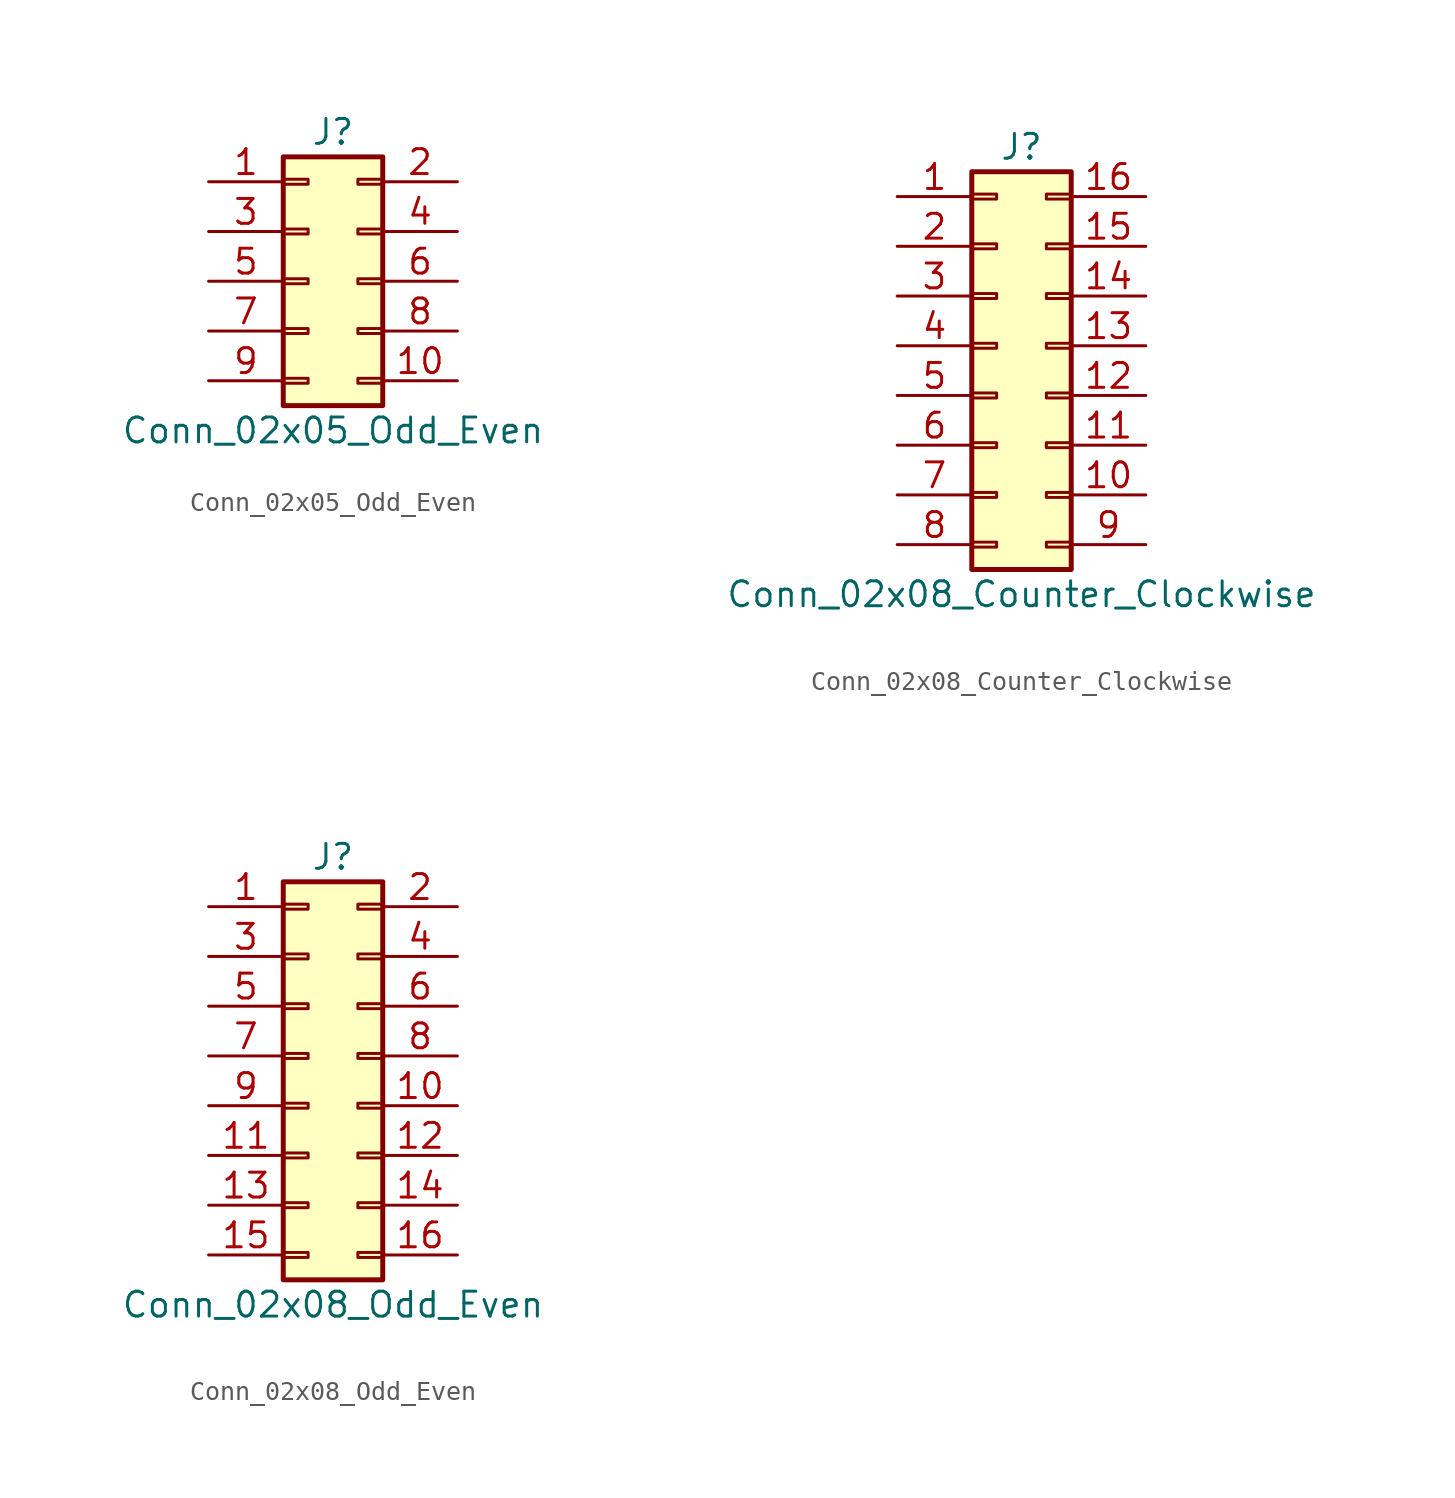
<source format=kicad_sym>
(kicad_symbol_lib
  (version 20231120)
  (generator "kicad_symbol_editor")
  (generator_version "8.0")
  (symbol "Conn_02x05_Odd_Even"
    (pin_names
      (offset 1.016) hide)
    (property "Reference" "J"
      (at 1.27 7.62 0)
      (effects (font (size 1.27 1.27))))
    (property "Value" "Conn_02x05_Odd_Even"
      (at 1.27 -7.62 0)
      (effects (font (size 1.27 1.27))))
    (symbol "Conn_02x05_Odd_Even_1_1"
      (rectangle (start -1.27 -4.953) (end 0 -5.207) (stroke (width 0.152) (type solid)) (fill (type none)))
      (rectangle (start -1.27 -2.413) (end 0 -2.667) (stroke (width 0.152) (type solid)) (fill (type none)))
      (rectangle (start -1.27 0.127) (end 0 -0.127) (stroke (width 0.152) (type solid)) (fill (type none)))
      (rectangle (start -1.27 2.667) (end 0 2.413) (stroke (width 0.152) (type solid)) (fill (type none)))
      (rectangle (start -1.27 5.207) (end 0 4.953) (stroke (width 0.152) (type solid)) (fill (type none)))
      (rectangle (start -1.27 6.35) (end 3.81 -6.35) (stroke (width 0.254) (type solid)) (fill (type background)))
      (rectangle (start 3.81 -4.953) (end 2.54 -5.207) (stroke (width 0.152) (type solid)) (fill (type none)))
      (rectangle (start 3.81 -2.413) (end 2.54 -2.667) (stroke (width 0.152) (type solid)) (fill (type none)))
      (rectangle (start 3.81 0.127) (end 2.54 -0.127) (stroke (width 0.152) (type solid)) (fill (type none)))
      (rectangle (start 3.81 2.667) (end 2.54 2.413) (stroke (width 0.152) (type solid)) (fill (type none)))
      (rectangle (start 3.81 5.207) (end 2.54 4.953) (stroke (width 0.152) (type solid)) (fill (type none)))
      (pin passive line (at -5.08 5.08 0) (length 3.81) (name "Pin_1" (effects (font (size 1.27 1.27)))) (number "1" (effects (font (size 1.27 1.27)))))
      (pin passive line (at 7.62 -5.08 180) (length 3.81) (name "Pin_10" (effects (font (size 1.27 1.27)))) (number "10" (effects (font (size 1.27 1.27)))))
      (pin passive line (at 7.62 5.08 180) (length 3.81) (name "Pin_2" (effects (font (size 1.27 1.27)))) (number "2" (effects (font (size 1.27 1.27)))))
      (pin passive line (at -5.08 2.54 0) (length 3.81) (name "Pin_3" (effects (font (size 1.27 1.27)))) (number "3" (effects (font (size 1.27 1.27)))))
      (pin passive line (at 7.62 2.54 180) (length 3.81) (name "Pin_4" (effects (font (size 1.27 1.27)))) (number "4" (effects (font (size 1.27 1.27)))))
      (pin passive line (at -5.08 0 0) (length 3.81) (name "Pin_5" (effects (font (size 1.27 1.27)))) (number "5" (effects (font (size 1.27 1.27)))))
      (pin passive line (at 7.62 0 180) (length 3.81) (name "Pin_6" (effects (font (size 1.27 1.27)))) (number "6" (effects (font (size 1.27 1.27)))))
      (pin passive line (at -5.08 -2.54 0) (length 3.81) (name "Pin_7" (effects (font (size 1.27 1.27)))) (number "7" (effects (font (size 1.27 1.27)))))
      (pin passive line (at 7.62 -2.54 180) (length 3.81) (name "Pin_8" (effects (font (size 1.27 1.27)))) (number "8" (effects (font (size 1.27 1.27)))))
      (pin passive line (at -5.08 -5.08 0) (length 3.81) (name "Pin_9" (effects (font (size 1.27 1.27)))) (number "9" (effects (font (size 1.27 1.27)))))))
  (symbol "Conn_02x08_Counter_Clockwise"
    (pin_names
      (offset 1.016) hide)
    (property "Reference" "J"
      (at 1.27 10.16 0)
      (effects (font (size 1.27 1.27))))
    (property "Value" "Conn_02x08_Counter_Clockwise"
      (at 1.27 -12.7 0)
      (effects (font (size 1.27 1.27))))
    (symbol "Conn_02x08_Counter_Clockwise_1_1"
      (rectangle (start -1.27 -10.033) (end 0 -10.287) (stroke (width 0.152) (type solid)) (fill (type none)))
      (rectangle (start -1.27 -7.493) (end 0 -7.747) (stroke (width 0.152) (type solid)) (fill (type none)))
      (rectangle (start -1.27 -4.953) (end 0 -5.207) (stroke (width 0.152) (type solid)) (fill (type none)))
      (rectangle (start -1.27 -2.413) (end 0 -2.667) (stroke (width 0.152) (type solid)) (fill (type none)))
      (rectangle (start -1.27 0.127) (end 0 -0.127) (stroke (width 0.152) (type solid)) (fill (type none)))
      (rectangle (start -1.27 2.667) (end 0 2.413) (stroke (width 0.152) (type solid)) (fill (type none)))
      (rectangle (start -1.27 5.207) (end 0 4.953) (stroke (width 0.152) (type solid)) (fill (type none)))
      (rectangle (start -1.27 7.747) (end 0 7.493) (stroke (width 0.152) (type solid)) (fill (type none)))
      (rectangle (start -1.27 8.89) (end 3.81 -11.43) (stroke (width 0.254) (type solid)) (fill (type background)))
      (rectangle (start 3.81 -10.033) (end 2.54 -10.287) (stroke (width 0.152) (type solid)) (fill (type none)))
      (rectangle (start 3.81 -7.493) (end 2.54 -7.747) (stroke (width 0.152) (type solid)) (fill (type none)))
      (rectangle (start 3.81 -4.953) (end 2.54 -5.207) (stroke (width 0.152) (type solid)) (fill (type none)))
      (rectangle (start 3.81 -2.413) (end 2.54 -2.667) (stroke (width 0.152) (type solid)) (fill (type none)))
      (rectangle (start 3.81 0.127) (end 2.54 -0.127) (stroke (width 0.152) (type solid)) (fill (type none)))
      (rectangle (start 3.81 2.667) (end 2.54 2.413) (stroke (width 0.152) (type solid)) (fill (type none)))
      (rectangle (start 3.81 5.207) (end 2.54 4.953) (stroke (width 0.152) (type solid)) (fill (type none)))
      (rectangle (start 3.81 7.747) (end 2.54 7.493) (stroke (width 0.152) (type solid)) (fill (type none)))
      (pin passive line (at -5.08 7.62 0) (length 3.81) (name "Pin_1" (effects (font (size 1.27 1.27)))) (number "1" (effects (font (size 1.27 1.27)))))
      (pin passive line (at 7.62 -7.62 180) (length 3.81) (name "Pin_10" (effects (font (size 1.27 1.27)))) (number "10" (effects (font (size 1.27 1.27)))))
      (pin passive line (at 7.62 -5.08 180) (length 3.81) (name "Pin_11" (effects (font (size 1.27 1.27)))) (number "11" (effects (font (size 1.27 1.27)))))
      (pin passive line (at 7.62 -2.54 180) (length 3.81) (name "Pin_12" (effects (font (size 1.27 1.27)))) (number "12" (effects (font (size 1.27 1.27)))))
      (pin passive line (at 7.62 0 180) (length 3.81) (name "Pin_13" (effects (font (size 1.27 1.27)))) (number "13" (effects (font (size 1.27 1.27)))))
      (pin passive line (at 7.62 2.54 180) (length 3.81) (name "Pin_14" (effects (font (size 1.27 1.27)))) (number "14" (effects (font (size 1.27 1.27)))))
      (pin passive line (at 7.62 5.08 180) (length 3.81) (name "Pin_15" (effects (font (size 1.27 1.27)))) (number "15" (effects (font (size 1.27 1.27)))))
      (pin passive line (at 7.62 7.62 180) (length 3.81) (name "Pin_16" (effects (font (size 1.27 1.27)))) (number "16" (effects (font (size 1.27 1.27)))))
      (pin passive line (at -5.08 5.08 0) (length 3.81) (name "Pin_2" (effects (font (size 1.27 1.27)))) (number "2" (effects (font (size 1.27 1.27)))))
      (pin passive line (at -5.08 2.54 0) (length 3.81) (name "Pin_3" (effects (font (size 1.27 1.27)))) (number "3" (effects (font (size 1.27 1.27)))))
      (pin passive line (at -5.08 0 0) (length 3.81) (name "Pin_4" (effects (font (size 1.27 1.27)))) (number "4" (effects (font (size 1.27 1.27)))))
      (pin passive line (at -5.08 -2.54 0) (length 3.81) (name "Pin_5" (effects (font (size 1.27 1.27)))) (number "5" (effects (font (size 1.27 1.27)))))
      (pin passive line (at -5.08 -5.08 0) (length 3.81) (name "Pin_6" (effects (font (size 1.27 1.27)))) (number "6" (effects (font (size 1.27 1.27)))))
      (pin passive line (at -5.08 -7.62 0) (length 3.81) (name "Pin_7" (effects (font (size 1.27 1.27)))) (number "7" (effects (font (size 1.27 1.27)))))
      (pin passive line (at -5.08 -10.16 0) (length 3.81) (name "Pin_8" (effects (font (size 1.27 1.27)))) (number "8" (effects (font (size 1.27 1.27)))))
      (pin passive line (at 7.62 -10.16 180) (length 3.81) (name "Pin_9" (effects (font (size 1.27 1.27)))) (number "9" (effects (font (size 1.27 1.27)))))))
  (symbol "Conn_02x08_Odd_Even"
    (pin_names
      (offset 1.016) hide)
    (property "Reference" "J"
      (at 1.27 10.16 0)
      (effects (font (size 1.27 1.27))))
    (property "Value" "Conn_02x08_Odd_Even"
      (at 1.27 -12.7 0)
      (effects (font (size 1.27 1.27))))
    (symbol "Conn_02x08_Odd_Even_1_1"
      (rectangle (start -1.27 -10.033) (end 0 -10.287) (stroke (width 0.152) (type solid)) (fill (type none)))
      (rectangle (start -1.27 -7.493) (end 0 -7.747) (stroke (width 0.152) (type solid)) (fill (type none)))
      (rectangle (start -1.27 -4.953) (end 0 -5.207) (stroke (width 0.152) (type solid)) (fill (type none)))
      (rectangle (start -1.27 -2.413) (end 0 -2.667) (stroke (width 0.152) (type solid)) (fill (type none)))
      (rectangle (start -1.27 0.127) (end 0 -0.127) (stroke (width 0.152) (type solid)) (fill (type none)))
      (rectangle (start -1.27 2.667) (end 0 2.413) (stroke (width 0.152) (type solid)) (fill (type none)))
      (rectangle (start -1.27 5.207) (end 0 4.953) (stroke (width 0.152) (type solid)) (fill (type none)))
      (rectangle (start -1.27 7.747) (end 0 7.493) (stroke (width 0.152) (type solid)) (fill (type none)))
      (rectangle (start -1.27 8.89) (end 3.81 -11.43) (stroke (width 0.254) (type solid)) (fill (type background)))
      (rectangle (start 3.81 -10.033) (end 2.54 -10.287) (stroke (width 0.152) (type solid)) (fill (type none)))
      (rectangle (start 3.81 -7.493) (end 2.54 -7.747) (stroke (width 0.152) (type solid)) (fill (type none)))
      (rectangle (start 3.81 -4.953) (end 2.54 -5.207) (stroke (width 0.152) (type solid)) (fill (type none)))
      (rectangle (start 3.81 -2.413) (end 2.54 -2.667) (stroke (width 0.152) (type solid)) (fill (type none)))
      (rectangle (start 3.81 0.127) (end 2.54 -0.127) (stroke (width 0.152) (type solid)) (fill (type none)))
      (rectangle (start 3.81 2.667) (end 2.54 2.413) (stroke (width 0.152) (type solid)) (fill (type none)))
      (rectangle (start 3.81 5.207) (end 2.54 4.953) (stroke (width 0.152) (type solid)) (fill (type none)))
      (rectangle (start 3.81 7.747) (end 2.54 7.493) (stroke (width 0.152) (type solid)) (fill (type none)))
      (pin passive line (at -5.08 7.62 0) (length 3.81) (name "Pin_1" (effects (font (size 1.27 1.27)))) (number "1" (effects (font (size 1.27 1.27)))))
      (pin passive line (at 7.62 -2.54 180) (length 3.81) (name "Pin_10" (effects (font (size 1.27 1.27)))) (number "10" (effects (font (size 1.27 1.27)))))
      (pin passive line (at -5.08 -5.08 0) (length 3.81) (name "Pin_11" (effects (font (size 1.27 1.27)))) (number "11" (effects (font (size 1.27 1.27)))))
      (pin passive line (at 7.62 -5.08 180) (length 3.81) (name "Pin_12" (effects (font (size 1.27 1.27)))) (number "12" (effects (font (size 1.27 1.27)))))
      (pin passive line (at -5.08 -7.62 0) (length 3.81) (name "Pin_13" (effects (font (size 1.27 1.27)))) (number "13" (effects (font (size 1.27 1.27)))))
      (pin passive line (at 7.62 -7.62 180) (length 3.81) (name "Pin_14" (effects (font (size 1.27 1.27)))) (number "14" (effects (font (size 1.27 1.27)))))
      (pin passive line (at -5.08 -10.16 0) (length 3.81) (name "Pin_15" (effects (font (size 1.27 1.27)))) (number "15" (effects (font (size 1.27 1.27)))))
      (pin passive line (at 7.62 -10.16 180) (length 3.81) (name "Pin_16" (effects (font (size 1.27 1.27)))) (number "16" (effects (font (size 1.27 1.27)))))
      (pin passive line (at 7.62 7.62 180) (length 3.81) (name "Pin_2" (effects (font (size 1.27 1.27)))) (number "2" (effects (font (size 1.27 1.27)))))
      (pin passive line (at -5.08 5.08 0) (length 3.81) (name "Pin_3" (effects (font (size 1.27 1.27)))) (number "3" (effects (font (size 1.27 1.27)))))
      (pin passive line (at 7.62 5.08 180) (length 3.81) (name "Pin_4" (effects (font (size 1.27 1.27)))) (number "4" (effects (font (size 1.27 1.27)))))
      (pin passive line (at -5.08 2.54 0) (length 3.81) (name "Pin_5" (effects (font (size 1.27 1.27)))) (number "5" (effects (font (size 1.27 1.27)))))
      (pin passive line (at 7.62 2.54 180) (length 3.81) (name "Pin_6" (effects (font (size 1.27 1.27)))) (number "6" (effects (font (size 1.27 1.27)))))
      (pin passive line (at -5.08 0 0) (length 3.81) (name "Pin_7" (effects (font (size 1.27 1.27)))) (number "7" (effects (font (size 1.27 1.27)))))
      (pin passive line (at 7.62 0 180) (length 3.81) (name "Pin_8" (effects (font (size 1.27 1.27)))) (number "8" (effects (font (size 1.27 1.27)))))
      (pin passive line (at -5.08 -2.54 0) (length 3.81) (name "Pin_9" (effects (font (size 1.27 1.27)))) (number "9" (effects (font (size 1.27 1.27))))))))
</source>
